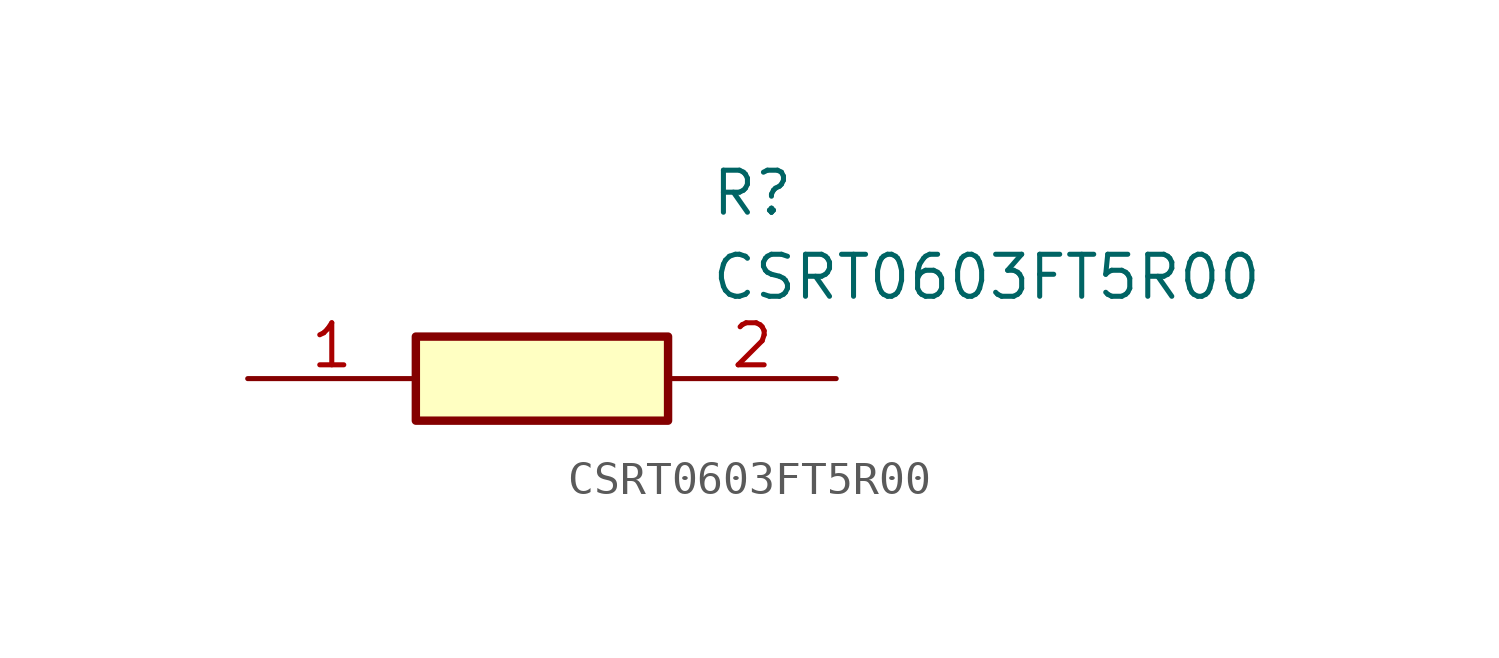
<source format=kicad_sym>
(kicad_symbol_lib
  (version 20241209)
  (generator "kicad_symbol_editor")
  (generator_version "9.0")
  (symbol "CSRT0603FT5R00"
    (pin_names
      (hide yes))
    (property "Reference" "R"
      (at 13.97 6.35 0)
      (effects (font (size 1.27 1.27)) (justify left top)))
    (property "Value" "CSRT0603FT5R00"
      (at 13.97 3.81 0)
      (effects (font (size 1.27 1.27)) (justify left top)))
    (symbol "CSRT0603FT5R00_1_1"
      (rectangle (start 5.08 1.27) (end 12.7 -1.27) (stroke (width 0.254) (type default)) (fill (type background)))
      (pin passive line (at 0 0 0) (length 5.08) (name "1" (effects (font (size 1.27 1.27)))) (number "1" (effects (font (size 1.27 1.27)))))
      (pin passive line (at 17.78 0 180) (length 5.08) (name "2" (effects (font (size 1.27 1.27)))) (number "2" (effects (font (size 1.27 1.27))))))))
</source>
